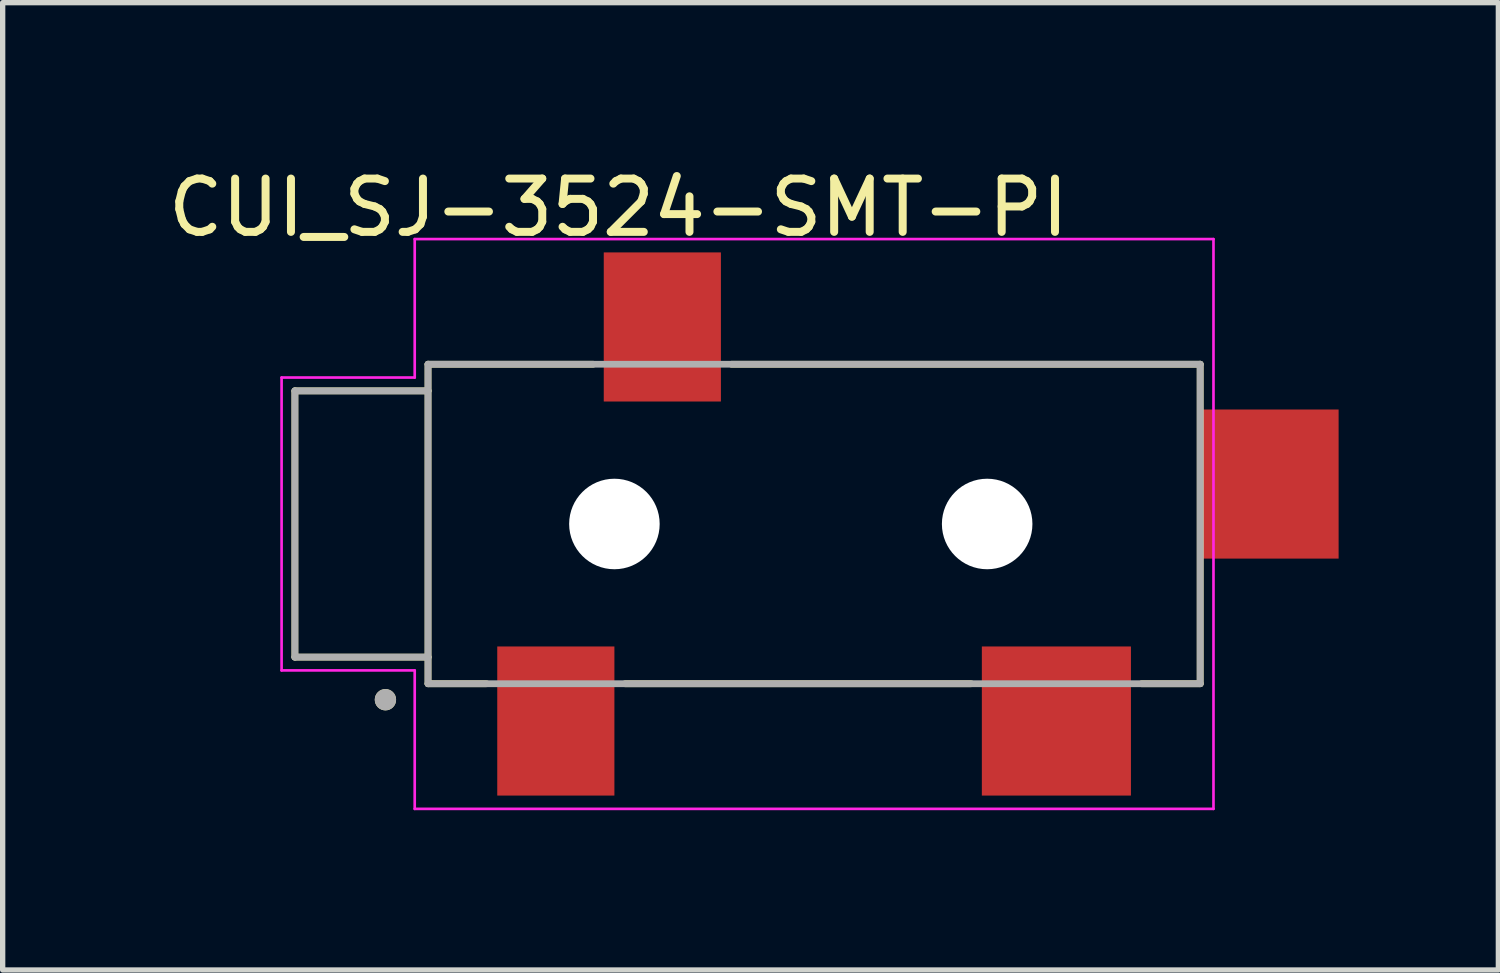
<source format=kicad_pcb>
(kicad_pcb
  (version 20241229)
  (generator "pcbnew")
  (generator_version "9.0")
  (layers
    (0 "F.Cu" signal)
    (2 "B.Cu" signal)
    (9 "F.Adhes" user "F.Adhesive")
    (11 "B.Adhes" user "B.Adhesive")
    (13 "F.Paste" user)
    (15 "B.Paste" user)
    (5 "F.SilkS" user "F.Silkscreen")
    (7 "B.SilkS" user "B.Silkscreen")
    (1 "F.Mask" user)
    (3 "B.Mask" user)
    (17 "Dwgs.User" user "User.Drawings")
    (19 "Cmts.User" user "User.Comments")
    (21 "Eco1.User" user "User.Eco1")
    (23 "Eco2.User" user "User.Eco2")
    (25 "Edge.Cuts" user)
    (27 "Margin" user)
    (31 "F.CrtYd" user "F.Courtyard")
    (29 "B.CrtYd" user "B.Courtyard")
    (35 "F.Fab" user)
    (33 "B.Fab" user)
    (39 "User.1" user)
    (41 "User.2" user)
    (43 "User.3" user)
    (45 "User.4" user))
  (footprint "CUI_SJ-3524-SMT-PI"
    (layer "F.Cu")
    (at 8.488 6.79)
    (property "Reference" "CUI_SJ-3524-SMT-PI" (at 0.075 -5.941 0) (layer "F.SilkS") (effects (font (size 1.001 1.001) (thickness 0.15))))
    (attr smd)
    (fp_line (start -6 -2.5) (end -6 2.5) (stroke (width 0.127) (type solid)) (layer "F.SilkS"))
    (fp_line (start -6 2.5) (end -3.5 2.5) (stroke (width 0.127) (type solid)) (layer "F.SilkS"))
    (fp_line (start -3.5 -3) (end -0.4 -3) (stroke (width 0.127) (type solid)) (layer "F.SilkS"))
    (fp_line (start -3.5 -2.5) (end -6 -2.5) (stroke (width 0.127) (type solid)) (layer "F.SilkS"))
    (fp_line (start -3.5 -2.5) (end -3.5 -3) (stroke (width 0.127) (type solid)) (layer "F.SilkS"))
    (fp_line (start -3.5 2.5) (end -3.5 -2.5) (stroke (width 0.127) (type solid)) (layer "F.SilkS"))
    (fp_line (start -3.5 3) (end -3.5 2.5) (stroke (width 0.127) (type solid)) (layer "F.SilkS"))
    (fp_line (start -3.5 3) (end -2.4 3) (stroke (width 0.127) (type solid)) (layer "F.SilkS"))
    (fp_line (start 0.2 3) (end 6.7 3) (stroke (width 0.127) (type solid)) (layer "F.SilkS"))
    (fp_line (start 2.2 -3) (end 11 -3) (stroke (width 0.127) (type solid)) (layer "F.SilkS"))
    (fp_line (start 9.9 3) (end 11 3) (stroke (width 0.127) (type solid)) (layer "F.SilkS"))
    (fp_line (start 11 -3) (end 11 3) (stroke (width 0.127) (type solid)) (layer "F.SilkS"))
    (fp_circle (center -4.3 3.3) (end -4.2 3.3) (stroke (width 0.2) (type solid)) (fill no) (layer "F.SilkS"))
    (fp_line (start -6.25 -2.75) (end -6.25 2.75) (stroke (width 0.05) (type solid)) (layer "F.CrtYd"))
    (fp_line (start -6.25 2.75) (end -3.75 2.75) (stroke (width 0.05) (type solid)) (layer "F.CrtYd"))
    (fp_line (start -3.75 -5.35) (end -3.75 -2.75) (stroke (width 0.05) (type solid)) (layer "F.CrtYd"))
    (fp_line (start -3.75 -5.35) (end 11.25 -5.35) (stroke (width 0.05) (type solid)) (layer "F.CrtYd"))
    (fp_line (start -3.75 -2.75) (end -6.25 -2.75) (stroke (width 0.05) (type solid)) (layer "F.CrtYd"))
    (fp_line (start -3.75 2.75) (end -3.75 5.35) (stroke (width 0.05) (type solid)) (layer "F.CrtYd"))
    (fp_line (start 11.25 -5.35) (end 11.25 5.35) (stroke (width 0.05) (type solid)) (layer "F.CrtYd"))
    (fp_line (start 11.25 5.35) (end -3.75 5.35) (stroke (width 0.05) (type solid)) (layer "F.CrtYd"))
    (fp_line (start -6 -2.5) (end -6 2.5) (stroke (width 0.127) (type solid)) (layer "F.Fab"))
    (fp_line (start -6 2.5) (end -3.5 2.5) (stroke (width 0.127) (type solid)) (layer "F.Fab"))
    (fp_line (start -3.5 -3) (end 11 -3) (stroke (width 0.127) (type solid)) (layer "F.Fab"))
    (fp_line (start -3.5 -2.5) (end -6 -2.5) (stroke (width 0.127) (type solid)) (layer "F.Fab"))
    (fp_line (start -3.5 3) (end -3.5 -3) (stroke (width 0.127) (type solid)) (layer "F.Fab"))
    (fp_line (start 11 -3) (end 11 3) (stroke (width 0.127) (type solid)) (layer "F.Fab"))
    (fp_line (start 11 3) (end -3.5 3) (stroke (width 0.127) (type solid)) (layer "F.Fab"))
    (fp_circle (center -4.3 3.3) (end -4.2 3.3) (stroke (width 0.2) (type solid)) (fill no) (layer "F.Fab"))
    (pad "" np_thru_hole circle (at 0 0) (size 1.7 1.7) (drill 1.7) (layers "*.Cu" "*.Mask"))
    (pad "" np_thru_hole circle (at 7 0) (size 1.7 1.7) (drill 1.7) (layers "*.Cu" "*.Mask"))
    (pad "1" smd rect (at -1.1 3.7) (size 2.2 2.8) (layers "F.Cu" "F.Mask" "F.Paste"))
    (pad "2" smd rect (at 8.3 3.7) (size 2.8 2.8) (layers "F.Cu" "F.Mask" "F.Paste"))
    (pad "3" smd rect (at 0.9 -3.7) (size 2.2 2.8) (layers "F.Cu" "F.Mask" "F.Paste"))
    (pad "4" smd rect (at 12.3 -0.75) (size 2.6 2.8) (layers "F.Cu" "F.Mask" "F.Paste")))
  (gr_rect
    (start -3 -3)
    (end 25.088 15.165)
    (stroke (width 0.1) (type default))
    (fill no)
    (layer "Edge.Cuts")))
</source>
